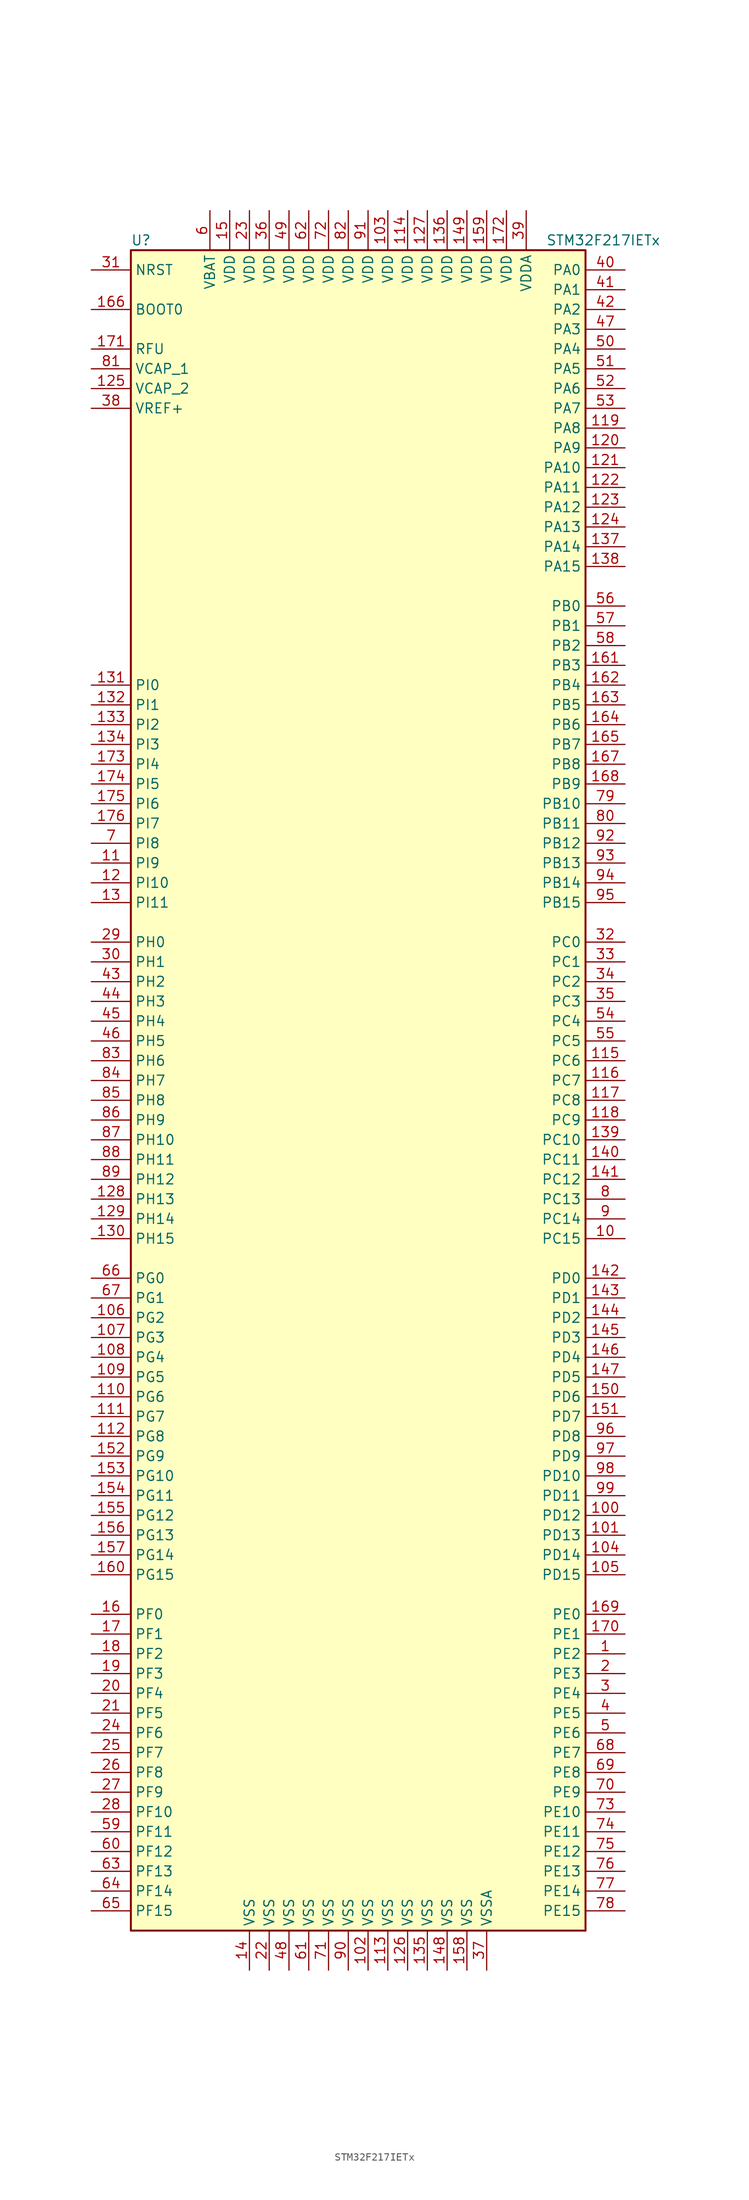
<source format=kicad_sym>
(kicad_symbol_lib
  (version 20201005)
  (generator kicad_symbol_editor)
  (symbol "STM32F217IETx"
    (property "Reference" "U"
      (at -30.48 107.95 0)
      (effects (font (size 1.27 1.27)) (justify left)))
    (property "Value" "STM32F217IETx"
      (at 22.86 107.95 0)
      (effects (font (size 1.27 1.27)) (justify left)))
    (symbol "STM32F217IETx_0_1"
      (rectangle (start -30.48 -109.22) (end 27.94 106.68) (stroke (width 0.254)) (fill (type background))))
    (symbol "STM32F217IETx_1_1"
      (pin input line (at -35.56 99.06 0) (length 5.08) (name "BOOT0" (effects (font (size 1.27 1.27)))) (number "166" (effects (font (size 1.27 1.27)))))
      (pin input line (at -35.56 104.14 0) (length 5.08) (name "NRST" (effects (font (size 1.27 1.27)))) (number "31" (effects (font (size 1.27 1.27)))))
      (pin bidirectional line (at 33.02 104.14 180) (length 5.08) (name "PA0" (effects (font (size 1.27 1.27)))) (number "40" (effects (font (size 1.27 1.27)))))
      (pin bidirectional line (at 33.02 101.6 180) (length 5.08) (name "PA1" (effects (font (size 1.27 1.27)))) (number "41" (effects (font (size 1.27 1.27)))))
      (pin bidirectional line (at 33.02 78.74 180) (length 5.08) (name "PA10" (effects (font (size 1.27 1.27)))) (number "121" (effects (font (size 1.27 1.27)))))
      (pin bidirectional line (at 33.02 76.2 180) (length 5.08) (name "PA11" (effects (font (size 1.27 1.27)))) (number "122" (effects (font (size 1.27 1.27)))))
      (pin bidirectional line (at 33.02 73.66 180) (length 5.08) (name "PA12" (effects (font (size 1.27 1.27)))) (number "123" (effects (font (size 1.27 1.27)))))
      (pin bidirectional line (at 33.02 71.12 180) (length 5.08) (name "PA13" (effects (font (size 1.27 1.27)))) (number "124" (effects (font (size 1.27 1.27)))))
      (pin bidirectional line (at 33.02 68.58 180) (length 5.08) (name "PA14" (effects (font (size 1.27 1.27)))) (number "137" (effects (font (size 1.27 1.27)))))
      (pin bidirectional line (at 33.02 66.04 180) (length 5.08) (name "PA15" (effects (font (size 1.27 1.27)))) (number "138" (effects (font (size 1.27 1.27)))))
      (pin bidirectional line (at 33.02 99.06 180) (length 5.08) (name "PA2" (effects (font (size 1.27 1.27)))) (number "42" (effects (font (size 1.27 1.27)))))
      (pin bidirectional line (at 33.02 96.52 180) (length 5.08) (name "PA3" (effects (font (size 1.27 1.27)))) (number "47" (effects (font (size 1.27 1.27)))))
      (pin bidirectional line (at 33.02 93.98 180) (length 5.08) (name "PA4" (effects (font (size 1.27 1.27)))) (number "50" (effects (font (size 1.27 1.27)))))
      (pin bidirectional line (at 33.02 91.44 180) (length 5.08) (name "PA5" (effects (font (size 1.27 1.27)))) (number "51" (effects (font (size 1.27 1.27)))))
      (pin bidirectional line (at 33.02 88.9 180) (length 5.08) (name "PA6" (effects (font (size 1.27 1.27)))) (number "52" (effects (font (size 1.27 1.27)))))
      (pin bidirectional line (at 33.02 86.36 180) (length 5.08) (name "PA7" (effects (font (size 1.27 1.27)))) (number "53" (effects (font (size 1.27 1.27)))))
      (pin bidirectional line (at 33.02 83.82 180) (length 5.08) (name "PA8" (effects (font (size 1.27 1.27)))) (number "119" (effects (font (size 1.27 1.27)))))
      (pin bidirectional line (at 33.02 81.28 180) (length 5.08) (name "PA9" (effects (font (size 1.27 1.27)))) (number "120" (effects (font (size 1.27 1.27)))))
      (pin bidirectional line (at 33.02 60.96 180) (length 5.08) (name "PB0" (effects (font (size 1.27 1.27)))) (number "56" (effects (font (size 1.27 1.27)))))
      (pin bidirectional line (at 33.02 58.42 180) (length 5.08) (name "PB1" (effects (font (size 1.27 1.27)))) (number "57" (effects (font (size 1.27 1.27)))))
      (pin bidirectional line (at 33.02 35.56 180) (length 5.08) (name "PB10" (effects (font (size 1.27 1.27)))) (number "79" (effects (font (size 1.27 1.27)))))
      (pin bidirectional line (at 33.02 33.02 180) (length 5.08) (name "PB11" (effects (font (size 1.27 1.27)))) (number "80" (effects (font (size 1.27 1.27)))))
      (pin bidirectional line (at 33.02 30.48 180) (length 5.08) (name "PB12" (effects (font (size 1.27 1.27)))) (number "92" (effects (font (size 1.27 1.27)))))
      (pin bidirectional line (at 33.02 27.94 180) (length 5.08) (name "PB13" (effects (font (size 1.27 1.27)))) (number "93" (effects (font (size 1.27 1.27)))))
      (pin bidirectional line (at 33.02 25.4 180) (length 5.08) (name "PB14" (effects (font (size 1.27 1.27)))) (number "94" (effects (font (size 1.27 1.27)))))
      (pin bidirectional line (at 33.02 22.86 180) (length 5.08) (name "PB15" (effects (font (size 1.27 1.27)))) (number "95" (effects (font (size 1.27 1.27)))))
      (pin bidirectional line (at 33.02 55.88 180) (length 5.08) (name "PB2" (effects (font (size 1.27 1.27)))) (number "58" (effects (font (size 1.27 1.27)))))
      (pin bidirectional line (at 33.02 53.34 180) (length 5.08) (name "PB3" (effects (font (size 1.27 1.27)))) (number "161" (effects (font (size 1.27 1.27)))))
      (pin bidirectional line (at 33.02 50.8 180) (length 5.08) (name "PB4" (effects (font (size 1.27 1.27)))) (number "162" (effects (font (size 1.27 1.27)))))
      (pin bidirectional line (at 33.02 48.26 180) (length 5.08) (name "PB5" (effects (font (size 1.27 1.27)))) (number "163" (effects (font (size 1.27 1.27)))))
      (pin bidirectional line (at 33.02 45.72 180) (length 5.08) (name "PB6" (effects (font (size 1.27 1.27)))) (number "164" (effects (font (size 1.27 1.27)))))
      (pin bidirectional line (at 33.02 43.18 180) (length 5.08) (name "PB7" (effects (font (size 1.27 1.27)))) (number "165" (effects (font (size 1.27 1.27)))))
      (pin bidirectional line (at 33.02 40.64 180) (length 5.08) (name "PB8" (effects (font (size 1.27 1.27)))) (number "167" (effects (font (size 1.27 1.27)))))
      (pin bidirectional line (at 33.02 38.1 180) (length 5.08) (name "PB9" (effects (font (size 1.27 1.27)))) (number "168" (effects (font (size 1.27 1.27)))))
      (pin bidirectional line (at 33.02 17.78 180) (length 5.08) (name "PC0" (effects (font (size 1.27 1.27)))) (number "32" (effects (font (size 1.27 1.27)))))
      (pin bidirectional line (at 33.02 15.24 180) (length 5.08) (name "PC1" (effects (font (size 1.27 1.27)))) (number "33" (effects (font (size 1.27 1.27)))))
      (pin bidirectional line (at 33.02 -7.62 180) (length 5.08) (name "PC10" (effects (font (size 1.27 1.27)))) (number "139" (effects (font (size 1.27 1.27)))))
      (pin bidirectional line (at 33.02 -10.16 180) (length 5.08) (name "PC11" (effects (font (size 1.27 1.27)))) (number "140" (effects (font (size 1.27 1.27)))))
      (pin bidirectional line (at 33.02 -12.7 180) (length 5.08) (name "PC12" (effects (font (size 1.27 1.27)))) (number "141" (effects (font (size 1.27 1.27)))))
      (pin bidirectional line (at 33.02 -15.24 180) (length 5.08) (name "PC13" (effects (font (size 1.27 1.27)))) (number "8" (effects (font (size 1.27 1.27)))))
      (pin bidirectional line (at 33.02 -17.78 180) (length 5.08) (name "PC14" (effects (font (size 1.27 1.27)))) (number "9" (effects (font (size 1.27 1.27)))))
      (pin bidirectional line (at 33.02 -20.32 180) (length 5.08) (name "PC15" (effects (font (size 1.27 1.27)))) (number "10" (effects (font (size 1.27 1.27)))))
      (pin bidirectional line (at 33.02 12.7 180) (length 5.08) (name "PC2" (effects (font (size 1.27 1.27)))) (number "34" (effects (font (size 1.27 1.27)))))
      (pin bidirectional line (at 33.02 10.16 180) (length 5.08) (name "PC3" (effects (font (size 1.27 1.27)))) (number "35" (effects (font (size 1.27 1.27)))))
      (pin bidirectional line (at 33.02 7.62 180) (length 5.08) (name "PC4" (effects (font (size 1.27 1.27)))) (number "54" (effects (font (size 1.27 1.27)))))
      (pin bidirectional line (at 33.02 5.08 180) (length 5.08) (name "PC5" (effects (font (size 1.27 1.27)))) (number "55" (effects (font (size 1.27 1.27)))))
      (pin bidirectional line (at 33.02 2.54 180) (length 5.08) (name "PC6" (effects (font (size 1.27 1.27)))) (number "115" (effects (font (size 1.27 1.27)))))
      (pin bidirectional line (at 33.02 0 180) (length 5.08) (name "PC7" (effects (font (size 1.27 1.27)))) (number "116" (effects (font (size 1.27 1.27)))))
      (pin bidirectional line (at 33.02 -2.54 180) (length 5.08) (name "PC8" (effects (font (size 1.27 1.27)))) (number "117" (effects (font (size 1.27 1.27)))))
      (pin bidirectional line (at 33.02 -5.08 180) (length 5.08) (name "PC9" (effects (font (size 1.27 1.27)))) (number "118" (effects (font (size 1.27 1.27)))))
      (pin bidirectional line (at 33.02 -25.4 180) (length 5.08) (name "PD0" (effects (font (size 1.27 1.27)))) (number "142" (effects (font (size 1.27 1.27)))))
      (pin bidirectional line (at 33.02 -27.94 180) (length 5.08) (name "PD1" (effects (font (size 1.27 1.27)))) (number "143" (effects (font (size 1.27 1.27)))))
      (pin bidirectional line (at 33.02 -50.8 180) (length 5.08) (name "PD10" (effects (font (size 1.27 1.27)))) (number "98" (effects (font (size 1.27 1.27)))))
      (pin bidirectional line (at 33.02 -53.34 180) (length 5.08) (name "PD11" (effects (font (size 1.27 1.27)))) (number "99" (effects (font (size 1.27 1.27)))))
      (pin bidirectional line (at 33.02 -55.88 180) (length 5.08) (name "PD12" (effects (font (size 1.27 1.27)))) (number "100" (effects (font (size 1.27 1.27)))))
      (pin bidirectional line (at 33.02 -58.42 180) (length 5.08) (name "PD13" (effects (font (size 1.27 1.27)))) (number "101" (effects (font (size 1.27 1.27)))))
      (pin bidirectional line (at 33.02 -60.96 180) (length 5.08) (name "PD14" (effects (font (size 1.27 1.27)))) (number "104" (effects (font (size 1.27 1.27)))))
      (pin bidirectional line (at 33.02 -63.5 180) (length 5.08) (name "PD15" (effects (font (size 1.27 1.27)))) (number "105" (effects (font (size 1.27 1.27)))))
      (pin bidirectional line (at 33.02 -30.48 180) (length 5.08) (name "PD2" (effects (font (size 1.27 1.27)))) (number "144" (effects (font (size 1.27 1.27)))))
      (pin bidirectional line (at 33.02 -33.02 180) (length 5.08) (name "PD3" (effects (font (size 1.27 1.27)))) (number "145" (effects (font (size 1.27 1.27)))))
      (pin bidirectional line (at 33.02 -35.56 180) (length 5.08) (name "PD4" (effects (font (size 1.27 1.27)))) (number "146" (effects (font (size 1.27 1.27)))))
      (pin bidirectional line (at 33.02 -38.1 180) (length 5.08) (name "PD5" (effects (font (size 1.27 1.27)))) (number "147" (effects (font (size 1.27 1.27)))))
      (pin bidirectional line (at 33.02 -40.64 180) (length 5.08) (name "PD6" (effects (font (size 1.27 1.27)))) (number "150" (effects (font (size 1.27 1.27)))))
      (pin bidirectional line (at 33.02 -43.18 180) (length 5.08) (name "PD7" (effects (font (size 1.27 1.27)))) (number "151" (effects (font (size 1.27 1.27)))))
      (pin bidirectional line (at 33.02 -45.72 180) (length 5.08) (name "PD8" (effects (font (size 1.27 1.27)))) (number "96" (effects (font (size 1.27 1.27)))))
      (pin bidirectional line (at 33.02 -48.26 180) (length 5.08) (name "PD9" (effects (font (size 1.27 1.27)))) (number "97" (effects (font (size 1.27 1.27)))))
      (pin bidirectional line (at 33.02 -68.58 180) (length 5.08) (name "PE0" (effects (font (size 1.27 1.27)))) (number "169" (effects (font (size 1.27 1.27)))))
      (pin bidirectional line (at 33.02 -71.12 180) (length 5.08) (name "PE1" (effects (font (size 1.27 1.27)))) (number "170" (effects (font (size 1.27 1.27)))))
      (pin bidirectional line (at 33.02 -93.98 180) (length 5.08) (name "PE10" (effects (font (size 1.27 1.27)))) (number "73" (effects (font (size 1.27 1.27)))))
      (pin bidirectional line (at 33.02 -96.52 180) (length 5.08) (name "PE11" (effects (font (size 1.27 1.27)))) (number "74" (effects (font (size 1.27 1.27)))))
      (pin bidirectional line (at 33.02 -99.06 180) (length 5.08) (name "PE12" (effects (font (size 1.27 1.27)))) (number "75" (effects (font (size 1.27 1.27)))))
      (pin bidirectional line (at 33.02 -101.6 180) (length 5.08) (name "PE13" (effects (font (size 1.27 1.27)))) (number "76" (effects (font (size 1.27 1.27)))))
      (pin bidirectional line (at 33.02 -104.14 180) (length 5.08) (name "PE14" (effects (font (size 1.27 1.27)))) (number "77" (effects (font (size 1.27 1.27)))))
      (pin bidirectional line (at 33.02 -106.68 180) (length 5.08) (name "PE15" (effects (font (size 1.27 1.27)))) (number "78" (effects (font (size 1.27 1.27)))))
      (pin bidirectional line (at 33.02 -73.66 180) (length 5.08) (name "PE2" (effects (font (size 1.27 1.27)))) (number "1" (effects (font (size 1.27 1.27)))))
      (pin bidirectional line (at 33.02 -76.2 180) (length 5.08) (name "PE3" (effects (font (size 1.27 1.27)))) (number "2" (effects (font (size 1.27 1.27)))))
      (pin bidirectional line (at 33.02 -78.74 180) (length 5.08) (name "PE4" (effects (font (size 1.27 1.27)))) (number "3" (effects (font (size 1.27 1.27)))))
      (pin bidirectional line (at 33.02 -81.28 180) (length 5.08) (name "PE5" (effects (font (size 1.27 1.27)))) (number "4" (effects (font (size 1.27 1.27)))))
      (pin bidirectional line (at 33.02 -83.82 180) (length 5.08) (name "PE6" (effects (font (size 1.27 1.27)))) (number "5" (effects (font (size 1.27 1.27)))))
      (pin bidirectional line (at 33.02 -86.36 180) (length 5.08) (name "PE7" (effects (font (size 1.27 1.27)))) (number "68" (effects (font (size 1.27 1.27)))))
      (pin bidirectional line (at 33.02 -88.9 180) (length 5.08) (name "PE8" (effects (font (size 1.27 1.27)))) (number "69" (effects (font (size 1.27 1.27)))))
      (pin bidirectional line (at 33.02 -91.44 180) (length 5.08) (name "PE9" (effects (font (size 1.27 1.27)))) (number "70" (effects (font (size 1.27 1.27)))))
      (pin bidirectional line (at -35.56 -68.58 0) (length 5.08) (name "PF0" (effects (font (size 1.27 1.27)))) (number "16" (effects (font (size 1.27 1.27)))))
      (pin bidirectional line (at -35.56 -71.12 0) (length 5.08) (name "PF1" (effects (font (size 1.27 1.27)))) (number "17" (effects (font (size 1.27 1.27)))))
      (pin bidirectional line (at -35.56 -93.98 0) (length 5.08) (name "PF10" (effects (font (size 1.27 1.27)))) (number "28" (effects (font (size 1.27 1.27)))))
      (pin bidirectional line (at -35.56 -96.52 0) (length 5.08) (name "PF11" (effects (font (size 1.27 1.27)))) (number "59" (effects (font (size 1.27 1.27)))))
      (pin bidirectional line (at -35.56 -99.06 0) (length 5.08) (name "PF12" (effects (font (size 1.27 1.27)))) (number "60" (effects (font (size 1.27 1.27)))))
      (pin bidirectional line (at -35.56 -101.6 0) (length 5.08) (name "PF13" (effects (font (size 1.27 1.27)))) (number "63" (effects (font (size 1.27 1.27)))))
      (pin bidirectional line (at -35.56 -104.14 0) (length 5.08) (name "PF14" (effects (font (size 1.27 1.27)))) (number "64" (effects (font (size 1.27 1.27)))))
      (pin bidirectional line (at -35.56 -106.68 0) (length 5.08) (name "PF15" (effects (font (size 1.27 1.27)))) (number "65" (effects (font (size 1.27 1.27)))))
      (pin bidirectional line (at -35.56 -73.66 0) (length 5.08) (name "PF2" (effects (font (size 1.27 1.27)))) (number "18" (effects (font (size 1.27 1.27)))))
      (pin bidirectional line (at -35.56 -76.2 0) (length 5.08) (name "PF3" (effects (font (size 1.27 1.27)))) (number "19" (effects (font (size 1.27 1.27)))))
      (pin bidirectional line (at -35.56 -78.74 0) (length 5.08) (name "PF4" (effects (font (size 1.27 1.27)))) (number "20" (effects (font (size 1.27 1.27)))))
      (pin bidirectional line (at -35.56 -81.28 0) (length 5.08) (name "PF5" (effects (font (size 1.27 1.27)))) (number "21" (effects (font (size 1.27 1.27)))))
      (pin bidirectional line (at -35.56 -83.82 0) (length 5.08) (name "PF6" (effects (font (size 1.27 1.27)))) (number "24" (effects (font (size 1.27 1.27)))))
      (pin bidirectional line (at -35.56 -86.36 0) (length 5.08) (name "PF7" (effects (font (size 1.27 1.27)))) (number "25" (effects (font (size 1.27 1.27)))))
      (pin bidirectional line (at -35.56 -88.9 0) (length 5.08) (name "PF8" (effects (font (size 1.27 1.27)))) (number "26" (effects (font (size 1.27 1.27)))))
      (pin bidirectional line (at -35.56 -91.44 0) (length 5.08) (name "PF9" (effects (font (size 1.27 1.27)))) (number "27" (effects (font (size 1.27 1.27)))))
      (pin bidirectional line (at -35.56 -25.4 0) (length 5.08) (name "PG0" (effects (font (size 1.27 1.27)))) (number "66" (effects (font (size 1.27 1.27)))))
      (pin bidirectional line (at -35.56 -27.94 0) (length 5.08) (name "PG1" (effects (font (size 1.27 1.27)))) (number "67" (effects (font (size 1.27 1.27)))))
      (pin bidirectional line (at -35.56 -50.8 0) (length 5.08) (name "PG10" (effects (font (size 1.27 1.27)))) (number "153" (effects (font (size 1.27 1.27)))))
      (pin bidirectional line (at -35.56 -53.34 0) (length 5.08) (name "PG11" (effects (font (size 1.27 1.27)))) (number "154" (effects (font (size 1.27 1.27)))))
      (pin bidirectional line (at -35.56 -55.88 0) (length 5.08) (name "PG12" (effects (font (size 1.27 1.27)))) (number "155" (effects (font (size 1.27 1.27)))))
      (pin bidirectional line (at -35.56 -58.42 0) (length 5.08) (name "PG13" (effects (font (size 1.27 1.27)))) (number "156" (effects (font (size 1.27 1.27)))))
      (pin bidirectional line (at -35.56 -60.96 0) (length 5.08) (name "PG14" (effects (font (size 1.27 1.27)))) (number "157" (effects (font (size 1.27 1.27)))))
      (pin bidirectional line (at -35.56 -63.5 0) (length 5.08) (name "PG15" (effects (font (size 1.27 1.27)))) (number "160" (effects (font (size 1.27 1.27)))))
      (pin bidirectional line (at -35.56 -30.48 0) (length 5.08) (name "PG2" (effects (font (size 1.27 1.27)))) (number "106" (effects (font (size 1.27 1.27)))))
      (pin bidirectional line (at -35.56 -33.02 0) (length 5.08) (name "PG3" (effects (font (size 1.27 1.27)))) (number "107" (effects (font (size 1.27 1.27)))))
      (pin bidirectional line (at -35.56 -35.56 0) (length 5.08) (name "PG4" (effects (font (size 1.27 1.27)))) (number "108" (effects (font (size 1.27 1.27)))))
      (pin bidirectional line (at -35.56 -38.1 0) (length 5.08) (name "PG5" (effects (font (size 1.27 1.27)))) (number "109" (effects (font (size 1.27 1.27)))))
      (pin bidirectional line (at -35.56 -40.64 0) (length 5.08) (name "PG6" (effects (font (size 1.27 1.27)))) (number "110" (effects (font (size 1.27 1.27)))))
      (pin bidirectional line (at -35.56 -43.18 0) (length 5.08) (name "PG7" (effects (font (size 1.27 1.27)))) (number "111" (effects (font (size 1.27 1.27)))))
      (pin bidirectional line (at -35.56 -45.72 0) (length 5.08) (name "PG8" (effects (font (size 1.27 1.27)))) (number "112" (effects (font (size 1.27 1.27)))))
      (pin bidirectional line (at -35.56 -48.26 0) (length 5.08) (name "PG9" (effects (font (size 1.27 1.27)))) (number "152" (effects (font (size 1.27 1.27)))))
      (pin input line (at -35.56 17.78 0) (length 5.08) (name "PH0" (effects (font (size 1.27 1.27)))) (number "29" (effects (font (size 1.27 1.27)))))
      (pin input line (at -35.56 15.24 0) (length 5.08) (name "PH1" (effects (font (size 1.27 1.27)))) (number "30" (effects (font (size 1.27 1.27)))))
      (pin bidirectional line (at -35.56 -7.62 0) (length 5.08) (name "PH10" (effects (font (size 1.27 1.27)))) (number "87" (effects (font (size 1.27 1.27)))))
      (pin bidirectional line (at -35.56 -10.16 0) (length 5.08) (name "PH11" (effects (font (size 1.27 1.27)))) (number "88" (effects (font (size 1.27 1.27)))))
      (pin bidirectional line (at -35.56 -12.7 0) (length 5.08) (name "PH12" (effects (font (size 1.27 1.27)))) (number "89" (effects (font (size 1.27 1.27)))))
      (pin bidirectional line (at -35.56 -15.24 0) (length 5.08) (name "PH13" (effects (font (size 1.27 1.27)))) (number "128" (effects (font (size 1.27 1.27)))))
      (pin bidirectional line (at -35.56 -17.78 0) (length 5.08) (name "PH14" (effects (font (size 1.27 1.27)))) (number "129" (effects (font (size 1.27 1.27)))))
      (pin bidirectional line (at -35.56 -20.32 0) (length 5.08) (name "PH15" (effects (font (size 1.27 1.27)))) (number "130" (effects (font (size 1.27 1.27)))))
      (pin bidirectional line (at -35.56 12.7 0) (length 5.08) (name "PH2" (effects (font (size 1.27 1.27)))) (number "43" (effects (font (size 1.27 1.27)))))
      (pin bidirectional line (at -35.56 10.16 0) (length 5.08) (name "PH3" (effects (font (size 1.27 1.27)))) (number "44" (effects (font (size 1.27 1.27)))))
      (pin bidirectional line (at -35.56 7.62 0) (length 5.08) (name "PH4" (effects (font (size 1.27 1.27)))) (number "45" (effects (font (size 1.27 1.27)))))
      (pin bidirectional line (at -35.56 5.08 0) (length 5.08) (name "PH5" (effects (font (size 1.27 1.27)))) (number "46" (effects (font (size 1.27 1.27)))))
      (pin bidirectional line (at -35.56 2.54 0) (length 5.08) (name "PH6" (effects (font (size 1.27 1.27)))) (number "83" (effects (font (size 1.27 1.27)))))
      (pin bidirectional line (at -35.56 0 0) (length 5.08) (name "PH7" (effects (font (size 1.27 1.27)))) (number "84" (effects (font (size 1.27 1.27)))))
      (pin bidirectional line (at -35.56 -2.54 0) (length 5.08) (name "PH8" (effects (font (size 1.27 1.27)))) (number "85" (effects (font (size 1.27 1.27)))))
      (pin bidirectional line (at -35.56 -5.08 0) (length 5.08) (name "PH9" (effects (font (size 1.27 1.27)))) (number "86" (effects (font (size 1.27 1.27)))))
      (pin bidirectional line (at -35.56 50.8 0) (length 5.08) (name "PI0" (effects (font (size 1.27 1.27)))) (number "131" (effects (font (size 1.27 1.27)))))
      (pin bidirectional line (at -35.56 48.26 0) (length 5.08) (name "PI1" (effects (font (size 1.27 1.27)))) (number "132" (effects (font (size 1.27 1.27)))))
      (pin bidirectional line (at -35.56 25.4 0) (length 5.08) (name "PI10" (effects (font (size 1.27 1.27)))) (number "12" (effects (font (size 1.27 1.27)))))
      (pin bidirectional line (at -35.56 22.86 0) (length 5.08) (name "PI11" (effects (font (size 1.27 1.27)))) (number "13" (effects (font (size 1.27 1.27)))))
      (pin bidirectional line (at -35.56 45.72 0) (length 5.08) (name "PI2" (effects (font (size 1.27 1.27)))) (number "133" (effects (font (size 1.27 1.27)))))
      (pin bidirectional line (at -35.56 43.18 0) (length 5.08) (name "PI3" (effects (font (size 1.27 1.27)))) (number "134" (effects (font (size 1.27 1.27)))))
      (pin bidirectional line (at -35.56 40.64 0) (length 5.08) (name "PI4" (effects (font (size 1.27 1.27)))) (number "173" (effects (font (size 1.27 1.27)))))
      (pin bidirectional line (at -35.56 38.1 0) (length 5.08) (name "PI5" (effects (font (size 1.27 1.27)))) (number "174" (effects (font (size 1.27 1.27)))))
      (pin bidirectional line (at -35.56 35.56 0) (length 5.08) (name "PI6" (effects (font (size 1.27 1.27)))) (number "175" (effects (font (size 1.27 1.27)))))
      (pin bidirectional line (at -35.56 33.02 0) (length 5.08) (name "PI7" (effects (font (size 1.27 1.27)))) (number "176" (effects (font (size 1.27 1.27)))))
      (pin bidirectional line (at -35.56 30.48 0) (length 5.08) (name "PI8" (effects (font (size 1.27 1.27)))) (number "7" (effects (font (size 1.27 1.27)))))
      (pin bidirectional line (at -35.56 27.94 0) (length 5.08) (name "PI9" (effects (font (size 1.27 1.27)))) (number "11" (effects (font (size 1.27 1.27)))))
      (pin power_in line (at -35.56 93.98 0) (length 5.08) (name "RFU" (effects (font (size 1.27 1.27)))) (number "171" (effects (font (size 1.27 1.27)))))
      (pin power_in line (at -20.32 111.76 270) (length 5.08) (name "VBAT" (effects (font (size 1.27 1.27)))) (number "6" (effects (font (size 1.27 1.27)))))
      (pin power_in line (at -35.56 91.44 0) (length 5.08) (name "VCAP_1" (effects (font (size 1.27 1.27)))) (number "81" (effects (font (size 1.27 1.27)))))
      (pin power_in line (at -35.56 88.9 0) (length 5.08) (name "VCAP_2" (effects (font (size 1.27 1.27)))) (number "125" (effects (font (size 1.27 1.27)))))
      (pin power_in line (at 2.54 111.76 270) (length 5.08) (name "VDD" (effects (font (size 1.27 1.27)))) (number "103" (effects (font (size 1.27 1.27)))))
      (pin power_in line (at 5.08 111.76 270) (length 5.08) (name "VDD" (effects (font (size 1.27 1.27)))) (number "114" (effects (font (size 1.27 1.27)))))
      (pin power_in line (at 7.62 111.76 270) (length 5.08) (name "VDD" (effects (font (size 1.27 1.27)))) (number "127" (effects (font (size 1.27 1.27)))))
      (pin power_in line (at 10.16 111.76 270) (length 5.08) (name "VDD" (effects (font (size 1.27 1.27)))) (number "136" (effects (font (size 1.27 1.27)))))
      (pin power_in line (at 12.7 111.76 270) (length 5.08) (name "VDD" (effects (font (size 1.27 1.27)))) (number "149" (effects (font (size 1.27 1.27)))))
      (pin power_in line (at -17.78 111.76 270) (length 5.08) (name "VDD" (effects (font (size 1.27 1.27)))) (number "15" (effects (font (size 1.27 1.27)))))
      (pin power_in line (at 15.24 111.76 270) (length 5.08) (name "VDD" (effects (font (size 1.27 1.27)))) (number "159" (effects (font (size 1.27 1.27)))))
      (pin power_in line (at 17.78 111.76 270) (length 5.08) (name "VDD" (effects (font (size 1.27 1.27)))) (number "172" (effects (font (size 1.27 1.27)))))
      (pin power_in line (at -15.24 111.76 270) (length 5.08) (name "VDD" (effects (font (size 1.27 1.27)))) (number "23" (effects (font (size 1.27 1.27)))))
      (pin power_in line (at -12.7 111.76 270) (length 5.08) (name "VDD" (effects (font (size 1.27 1.27)))) (number "36" (effects (font (size 1.27 1.27)))))
      (pin power_in line (at -10.16 111.76 270) (length 5.08) (name "VDD" (effects (font (size 1.27 1.27)))) (number "49" (effects (font (size 1.27 1.27)))))
      (pin power_in line (at -7.62 111.76 270) (length 5.08) (name "VDD" (effects (font (size 1.27 1.27)))) (number "62" (effects (font (size 1.27 1.27)))))
      (pin power_in line (at -5.08 111.76 270) (length 5.08) (name "VDD" (effects (font (size 1.27 1.27)))) (number "72" (effects (font (size 1.27 1.27)))))
      (pin power_in line (at -2.54 111.76 270) (length 5.08) (name "VDD" (effects (font (size 1.27 1.27)))) (number "82" (effects (font (size 1.27 1.27)))))
      (pin power_in line (at 0 111.76 270) (length 5.08) (name "VDD" (effects (font (size 1.27 1.27)))) (number "91" (effects (font (size 1.27 1.27)))))
      (pin power_in line (at 20.32 111.76 270) (length 5.08) (name "VDDA" (effects (font (size 1.27 1.27)))) (number "39" (effects (font (size 1.27 1.27)))))
      (pin power_in line (at -35.56 86.36 0) (length 5.08) (name "VREF+" (effects (font (size 1.27 1.27)))) (number "38" (effects (font (size 1.27 1.27)))))
      (pin power_in line (at 0 -114.3 90) (length 5.08) (name "VSS" (effects (font (size 1.27 1.27)))) (number "102" (effects (font (size 1.27 1.27)))))
      (pin power_in line (at 2.54 -114.3 90) (length 5.08) (name "VSS" (effects (font (size 1.27 1.27)))) (number "113" (effects (font (size 1.27 1.27)))))
      (pin power_in line (at 5.08 -114.3 90) (length 5.08) (name "VSS" (effects (font (size 1.27 1.27)))) (number "126" (effects (font (size 1.27 1.27)))))
      (pin power_in line (at 7.62 -114.3 90) (length 5.08) (name "VSS" (effects (font (size 1.27 1.27)))) (number "135" (effects (font (size 1.27 1.27)))))
      (pin power_in line (at -15.24 -114.3 90) (length 5.08) (name "VSS" (effects (font (size 1.27 1.27)))) (number "14" (effects (font (size 1.27 1.27)))))
      (pin power_in line (at 10.16 -114.3 90) (length 5.08) (name "VSS" (effects (font (size 1.27 1.27)))) (number "148" (effects (font (size 1.27 1.27)))))
      (pin power_in line (at 12.7 -114.3 90) (length 5.08) (name "VSS" (effects (font (size 1.27 1.27)))) (number "158" (effects (font (size 1.27 1.27)))))
      (pin power_in line (at -12.7 -114.3 90) (length 5.08) (name "VSS" (effects (font (size 1.27 1.27)))) (number "22" (effects (font (size 1.27 1.27)))))
      (pin power_in line (at -10.16 -114.3 90) (length 5.08) (name "VSS" (effects (font (size 1.27 1.27)))) (number "48" (effects (font (size 1.27 1.27)))))
      (pin power_in line (at -7.62 -114.3 90) (length 5.08) (name "VSS" (effects (font (size 1.27 1.27)))) (number "61" (effects (font (size 1.27 1.27)))))
      (pin power_in line (at -5.08 -114.3 90) (length 5.08) (name "VSS" (effects (font (size 1.27 1.27)))) (number "71" (effects (font (size 1.27 1.27)))))
      (pin power_in line (at -2.54 -114.3 90) (length 5.08) (name "VSS" (effects (font (size 1.27 1.27)))) (number "90" (effects (font (size 1.27 1.27)))))
      (pin power_in line (at 15.24 -114.3 90) (length 5.08) (name "VSSA" (effects (font (size 1.27 1.27)))) (number "37" (effects (font (size 1.27 1.27))))))))
</source>
